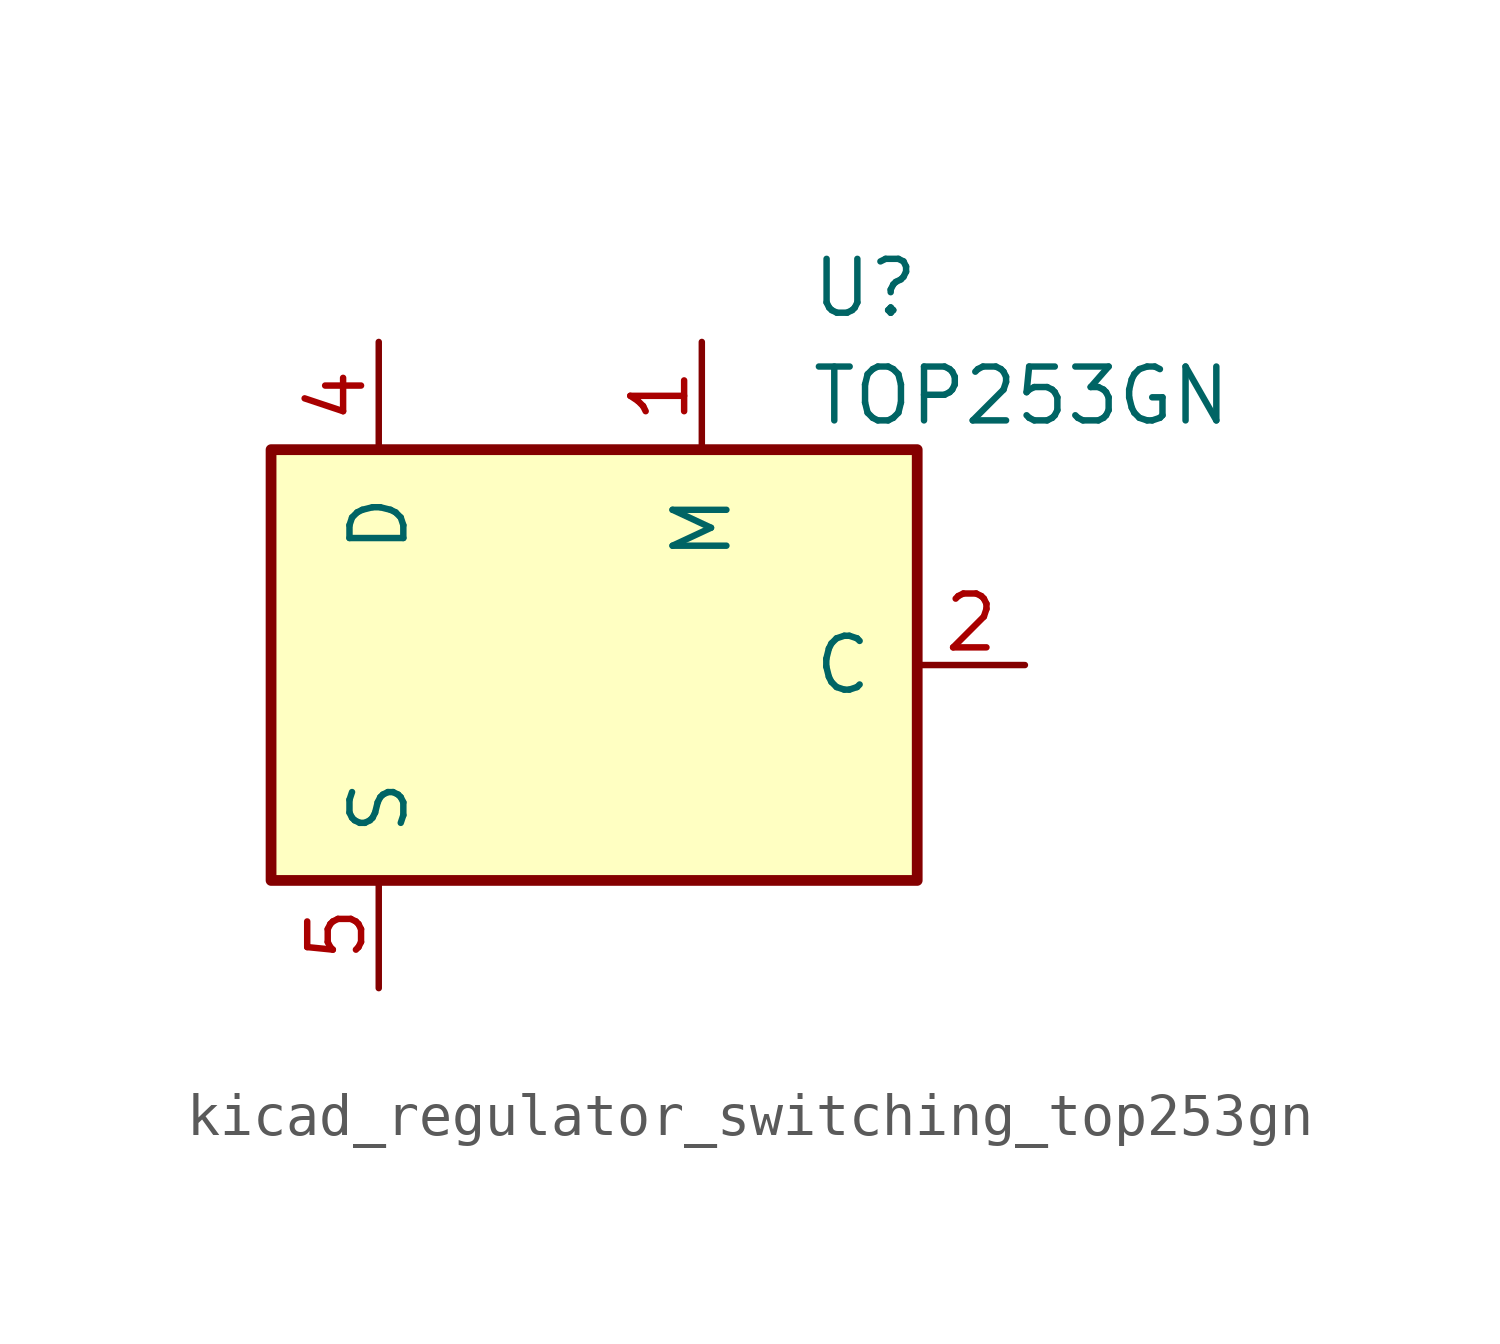
<source format=kicad_sym>
(kicad_symbol_lib
  (version 20220914)
  (generator kicad_symbol_editor)
  (symbol "kicad_regulator_switching_top253gn"
    (pin_names
      (offset 1.016))
    (property "Reference" "U"
      (at 5.08 8.89 0)
      (effects (font (size 1.27 1.27)) (justify left)))
    (property "Value" "TOP253GN"
      (at 5.08 6.35 0)
      (effects (font (size 1.27 1.27)) (justify left)))
    (symbol "kicad_regulator_switching_top253gn_0_1"
      (rectangle (start -7.62 5.08) (end 7.62 -5.08) (stroke (width 0.254) (type default)) (fill (type background))))
    (symbol "kicad_regulator_switching_top253gn_1_1"
      (pin input line (at 2.54 7.62 270) (length 2.54) (name "M" (effects (font (size 1.27 1.27)))) (number "1" (effects (font (size 1.27 1.27)))))
      (pin input line (at 10.16 0 180) (length 2.54) (name "C" (effects (font (size 1.27 1.27)))) (number "2" (effects (font (size 1.27 1.27)))))
      (pin open_collector line (at -5.08 7.62 270) (length 2.54) (name "D" (effects (font (size 1.27 1.27)))) (number "4" (effects (font (size 1.27 1.27)))))
      (pin power_in line (at -5.08 -7.62 90) (length 2.54) (name "S" (effects (font (size 1.27 1.27)))) (number "5" (effects (font (size 1.27 1.27)))))
      (pin passive line (at -5.08 -7.62 90) (length 2.54) hide (name "S" (effects (font (size 1.27 1.27)))) (number "6" (effects (font (size 1.27 1.27)))))
      (pin passive line (at -5.08 -7.62 90) (length 2.54) hide (name "S" (effects (font (size 1.27 1.27)))) (number "7" (effects (font (size 1.27 1.27)))))
      (pin passive line (at -5.08 -7.62 90) (length 2.54) hide (name "S" (effects (font (size 1.27 1.27)))) (number "8" (effects (font (size 1.27 1.27))))))))
</source>
